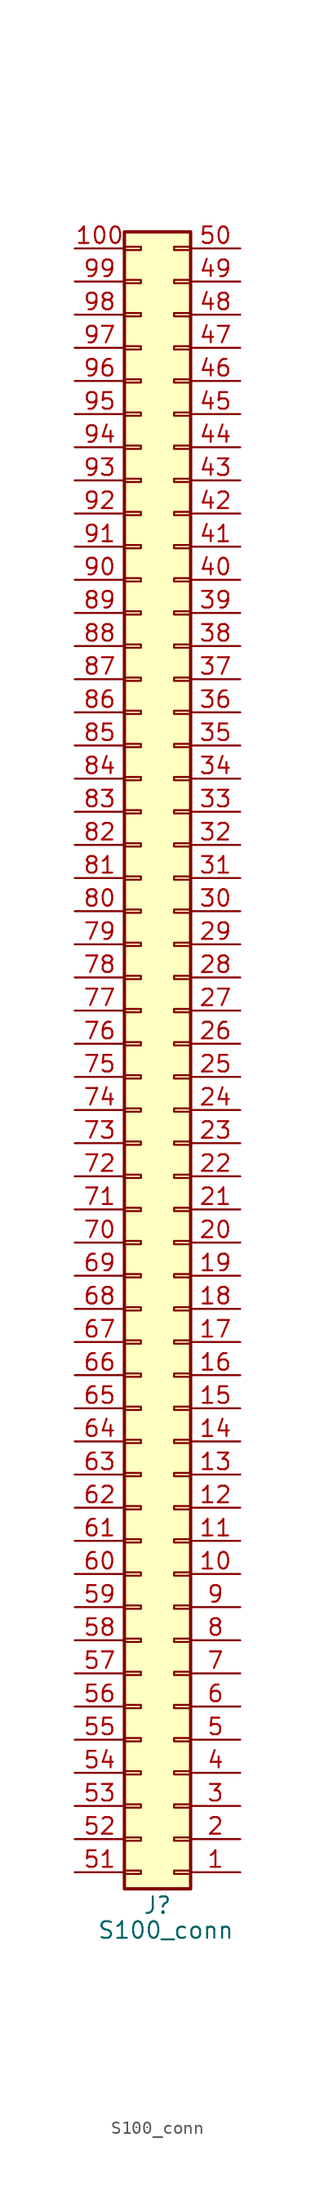
<source format=kicad_sym>
(kicad_symbol_lib
  (version 20231120)
  (generator "kicad_symbol_editor")
  (generator_version "8.0")
  (symbol "S100_conn"
    (pin_names
      (offset 1.016) hide)
    (property "Reference" "J"
      (at 0.635 -64.135 0)
      (effects (font (size 1.27 1.27))))
    (property "Value" "S100_conn"
      (at 1.27 -66.04 0)
      (effects (font (size 1.27 1.27))))
    (property "ki_locked" ""
      (at 0 0 0)
      (effects (font (size 1.27 1.27))))
    (symbol "S100_conn_1_1"
      (rectangle (start -1.905 -61.722) (end -0.635 -61.468) (stroke (width 0.152) (type default)) (fill (type none)))
      (rectangle (start -1.905 -59.182) (end -0.635 -58.928) (stroke (width 0.152) (type default)) (fill (type none)))
      (rectangle (start -1.905 -56.642) (end -0.635 -56.388) (stroke (width 0.152) (type default)) (fill (type none)))
      (rectangle (start -1.905 -54.102) (end -0.635 -53.848) (stroke (width 0.152) (type default)) (fill (type none)))
      (rectangle (start -1.905 -51.562) (end -0.635 -51.308) (stroke (width 0.152) (type default)) (fill (type none)))
      (rectangle (start -1.905 -49.022) (end -0.635 -48.768) (stroke (width 0.152) (type default)) (fill (type none)))
      (rectangle (start -1.905 -46.482) (end -0.635 -46.228) (stroke (width 0.152) (type default)) (fill (type none)))
      (rectangle (start -1.905 -43.942) (end -0.635 -43.688) (stroke (width 0.152) (type default)) (fill (type none)))
      (rectangle (start -1.905 -41.402) (end -0.635 -41.148) (stroke (width 0.152) (type default)) (fill (type none)))
      (rectangle (start -1.905 -38.862) (end -0.635 -38.608) (stroke (width 0.152) (type default)) (fill (type none)))
      (rectangle (start -1.905 -36.322) (end -0.635 -36.068) (stroke (width 0.152) (type default)) (fill (type none)))
      (rectangle (start -1.905 -33.782) (end -0.635 -33.528) (stroke (width 0.152) (type default)) (fill (type none)))
      (rectangle (start -1.905 -31.242) (end -0.635 -30.988) (stroke (width 0.152) (type default)) (fill (type none)))
      (rectangle (start -1.905 -28.702) (end -0.635 -28.448) (stroke (width 0.152) (type default)) (fill (type none)))
      (rectangle (start -1.905 -26.162) (end -0.635 -25.908) (stroke (width 0.152) (type default)) (fill (type none)))
      (rectangle (start -1.905 -23.622) (end -0.635 -23.368) (stroke (width 0.152) (type default)) (fill (type none)))
      (rectangle (start -1.905 -21.082) (end -0.635 -20.828) (stroke (width 0.152) (type default)) (fill (type none)))
      (rectangle (start -1.905 -18.542) (end -0.635 -18.288) (stroke (width 0.152) (type default)) (fill (type none)))
      (rectangle (start -1.905 -16.002) (end -0.635 -15.748) (stroke (width 0.152) (type default)) (fill (type none)))
      (rectangle (start -1.905 -13.462) (end -0.635 -13.208) (stroke (width 0.152) (type default)) (fill (type none)))
      (rectangle (start -1.905 -10.922) (end -0.635 -10.668) (stroke (width 0.152) (type default)) (fill (type none)))
      (rectangle (start -1.905 -8.382) (end -0.635 -8.128) (stroke (width 0.152) (type default)) (fill (type none)))
      (rectangle (start -1.905 -5.842) (end -0.635 -5.588) (stroke (width 0.152) (type default)) (fill (type none)))
      (rectangle (start -1.905 -3.302) (end -0.635 -3.048) (stroke (width 0.152) (type default)) (fill (type none)))
      (rectangle (start -1.905 -0.762) (end -0.635 -0.508) (stroke (width 0.152) (type default)) (fill (type none)))
      (rectangle (start -1.905 1.778) (end -0.635 2.032) (stroke (width 0.152) (type default)) (fill (type none)))
      (rectangle (start -1.905 4.318) (end -0.635 4.572) (stroke (width 0.152) (type default)) (fill (type none)))
      (rectangle (start -1.905 6.858) (end -0.635 7.112) (stroke (width 0.152) (type default)) (fill (type none)))
      (rectangle (start -1.905 9.398) (end -0.635 9.652) (stroke (width 0.152) (type default)) (fill (type none)))
      (rectangle (start -1.905 11.938) (end -0.635 12.192) (stroke (width 0.152) (type default)) (fill (type none)))
      (rectangle (start -1.905 14.478) (end -0.635 14.732) (stroke (width 0.152) (type default)) (fill (type none)))
      (rectangle (start -1.905 17.018) (end -0.635 17.272) (stroke (width 0.152) (type default)) (fill (type none)))
      (rectangle (start -1.905 19.558) (end -0.635 19.812) (stroke (width 0.152) (type default)) (fill (type none)))
      (rectangle (start -1.905 22.098) (end -0.635 22.352) (stroke (width 0.152) (type default)) (fill (type none)))
      (rectangle (start -1.905 24.638) (end -0.635 24.892) (stroke (width 0.152) (type default)) (fill (type none)))
      (rectangle (start -1.905 27.178) (end -0.635 27.432) (stroke (width 0.152) (type default)) (fill (type none)))
      (rectangle (start -1.905 29.718) (end -0.635 29.972) (stroke (width 0.152) (type default)) (fill (type none)))
      (rectangle (start -1.905 32.258) (end -0.635 32.512) (stroke (width 0.152) (type default)) (fill (type none)))
      (rectangle (start -1.905 34.798) (end -0.635 35.052) (stroke (width 0.152) (type default)) (fill (type none)))
      (rectangle (start -1.905 37.338) (end -0.635 37.592) (stroke (width 0.152) (type default)) (fill (type none)))
      (rectangle (start -1.905 39.878) (end -0.635 40.132) (stroke (width 0.152) (type default)) (fill (type none)))
      (rectangle (start -1.905 42.418) (end -0.635 42.672) (stroke (width 0.152) (type default)) (fill (type none)))
      (rectangle (start -1.905 44.958) (end -0.635 45.212) (stroke (width 0.152) (type default)) (fill (type none)))
      (rectangle (start -1.905 47.498) (end -0.635 47.752) (stroke (width 0.152) (type default)) (fill (type none)))
      (rectangle (start -1.905 50.038) (end -0.635 50.292) (stroke (width 0.152) (type default)) (fill (type none)))
      (rectangle (start -1.905 52.578) (end -0.635 52.832) (stroke (width 0.152) (type default)) (fill (type none)))
      (rectangle (start -1.905 55.118) (end -0.635 55.372) (stroke (width 0.152) (type default)) (fill (type none)))
      (rectangle (start -1.905 57.658) (end -0.635 57.912) (stroke (width 0.152) (type default)) (fill (type none)))
      (rectangle (start -1.905 60.198) (end -0.635 60.452) (stroke (width 0.152) (type default)) (fill (type none)))
      (rectangle (start -1.905 62.738) (end -0.635 62.992) (stroke (width 0.152) (type default)) (fill (type none)))
      (rectangle (start 3.175 -62.865) (end -1.905 64.135) (stroke (width 0.254) (type default)) (fill (type background)))
      (rectangle (start 3.175 -61.722) (end 1.905 -61.468) (stroke (width 0.152) (type default)) (fill (type none)))
      (rectangle (start 3.175 -59.182) (end 1.905 -58.928) (stroke (width 0.152) (type default)) (fill (type none)))
      (rectangle (start 3.175 -56.642) (end 1.905 -56.388) (stroke (width 0.152) (type default)) (fill (type none)))
      (rectangle (start 3.175 -54.102) (end 1.905 -53.848) (stroke (width 0.152) (type default)) (fill (type none)))
      (rectangle (start 3.175 -51.562) (end 1.905 -51.308) (stroke (width 0.152) (type default)) (fill (type none)))
      (rectangle (start 3.175 -49.022) (end 1.905 -48.768) (stroke (width 0.152) (type default)) (fill (type none)))
      (rectangle (start 3.175 -46.482) (end 1.905 -46.228) (stroke (width 0.152) (type default)) (fill (type none)))
      (rectangle (start 3.175 -43.942) (end 1.905 -43.688) (stroke (width 0.152) (type default)) (fill (type none)))
      (rectangle (start 3.175 -41.402) (end 1.905 -41.148) (stroke (width 0.152) (type default)) (fill (type none)))
      (rectangle (start 3.175 -38.862) (end 1.905 -38.608) (stroke (width 0.152) (type default)) (fill (type none)))
      (rectangle (start 3.175 -36.322) (end 1.905 -36.068) (stroke (width 0.152) (type default)) (fill (type none)))
      (rectangle (start 3.175 -33.782) (end 1.905 -33.528) (stroke (width 0.152) (type default)) (fill (type none)))
      (rectangle (start 3.175 -31.242) (end 1.905 -30.988) (stroke (width 0.152) (type default)) (fill (type none)))
      (rectangle (start 3.175 -28.702) (end 1.905 -28.448) (stroke (width 0.152) (type default)) (fill (type none)))
      (rectangle (start 3.175 -26.162) (end 1.905 -25.908) (stroke (width 0.152) (type default)) (fill (type none)))
      (rectangle (start 3.175 -23.622) (end 1.905 -23.368) (stroke (width 0.152) (type default)) (fill (type none)))
      (rectangle (start 3.175 -21.082) (end 1.905 -20.828) (stroke (width 0.152) (type default)) (fill (type none)))
      (rectangle (start 3.175 -18.542) (end 1.905 -18.288) (stroke (width 0.152) (type default)) (fill (type none)))
      (rectangle (start 3.175 -16.002) (end 1.905 -15.748) (stroke (width 0.152) (type default)) (fill (type none)))
      (rectangle (start 3.175 -13.462) (end 1.905 -13.208) (stroke (width 0.152) (type default)) (fill (type none)))
      (rectangle (start 3.175 -10.922) (end 1.905 -10.668) (stroke (width 0.152) (type default)) (fill (type none)))
      (rectangle (start 3.175 -8.382) (end 1.905 -8.128) (stroke (width 0.152) (type default)) (fill (type none)))
      (rectangle (start 3.175 -5.842) (end 1.905 -5.588) (stroke (width 0.152) (type default)) (fill (type none)))
      (rectangle (start 3.175 -3.302) (end 1.905 -3.048) (stroke (width 0.152) (type default)) (fill (type none)))
      (rectangle (start 3.175 -0.762) (end 1.905 -0.508) (stroke (width 0.152) (type default)) (fill (type none)))
      (rectangle (start 3.175 1.778) (end 1.905 2.032) (stroke (width 0.152) (type default)) (fill (type none)))
      (rectangle (start 3.175 4.318) (end 1.905 4.572) (stroke (width 0.152) (type default)) (fill (type none)))
      (rectangle (start 3.175 6.858) (end 1.905 7.112) (stroke (width 0.152) (type default)) (fill (type none)))
      (rectangle (start 3.175 9.398) (end 1.905 9.652) (stroke (width 0.152) (type default)) (fill (type none)))
      (rectangle (start 3.175 11.938) (end 1.905 12.192) (stroke (width 0.152) (type default)) (fill (type none)))
      (rectangle (start 3.175 14.478) (end 1.905 14.732) (stroke (width 0.152) (type default)) (fill (type none)))
      (rectangle (start 3.175 17.018) (end 1.905 17.272) (stroke (width 0.152) (type default)) (fill (type none)))
      (rectangle (start 3.175 19.558) (end 1.905 19.812) (stroke (width 0.152) (type default)) (fill (type none)))
      (rectangle (start 3.175 22.098) (end 1.905 22.352) (stroke (width 0.152) (type default)) (fill (type none)))
      (rectangle (start 3.175 24.638) (end 1.905 24.892) (stroke (width 0.152) (type default)) (fill (type none)))
      (rectangle (start 3.175 27.178) (end 1.905 27.432) (stroke (width 0.152) (type default)) (fill (type none)))
      (rectangle (start 3.175 29.718) (end 1.905 29.972) (stroke (width 0.152) (type default)) (fill (type none)))
      (rectangle (start 3.175 32.258) (end 1.905 32.512) (stroke (width 0.152) (type default)) (fill (type none)))
      (rectangle (start 3.175 34.798) (end 1.905 35.052) (stroke (width 0.152) (type default)) (fill (type none)))
      (rectangle (start 3.175 37.338) (end 1.905 37.592) (stroke (width 0.152) (type default)) (fill (type none)))
      (rectangle (start 3.175 39.878) (end 1.905 40.132) (stroke (width 0.152) (type default)) (fill (type none)))
      (rectangle (start 3.175 42.418) (end 1.905 42.672) (stroke (width 0.152) (type default)) (fill (type none)))
      (rectangle (start 3.175 44.958) (end 1.905 45.212) (stroke (width 0.152) (type default)) (fill (type none)))
      (rectangle (start 3.175 47.498) (end 1.905 47.752) (stroke (width 0.152) (type default)) (fill (type none)))
      (rectangle (start 3.175 50.038) (end 1.905 50.292) (stroke (width 0.152) (type default)) (fill (type none)))
      (rectangle (start 3.175 52.578) (end 1.905 52.832) (stroke (width 0.152) (type default)) (fill (type none)))
      (rectangle (start 3.175 55.118) (end 1.905 55.372) (stroke (width 0.152) (type default)) (fill (type none)))
      (rectangle (start 3.175 57.658) (end 1.905 57.912) (stroke (width 0.152) (type default)) (fill (type none)))
      (rectangle (start 3.175 60.198) (end 1.905 60.452) (stroke (width 0.152) (type default)) (fill (type none)))
      (rectangle (start 3.175 62.738) (end 1.905 62.992) (stroke (width 0.152) (type default)) (fill (type none)))
      (pin passive line (at 6.985 -61.595 180) (length 3.81) (name "1" (effects (font (size 1.27 1.27)))) (number "1" (effects (font (size 1.27 1.27)))))
      (pin passive line (at 6.985 -38.735 180) (length 3.81) (name "10" (effects (font (size 1.27 1.27)))) (number "10" (effects (font (size 1.27 1.27)))))
      (pin passive line (at -5.715 62.865 0) (length 3.81) (name "100" (effects (font (size 1.27 1.27)))) (number "100" (effects (font (size 1.27 1.27)))))
      (pin passive line (at 6.985 -36.195 180) (length 3.81) (name "11" (effects (font (size 1.27 1.27)))) (number "11" (effects (font (size 1.27 1.27)))))
      (pin passive line (at 6.985 -33.655 180) (length 3.81) (name "12" (effects (font (size 1.27 1.27)))) (number "12" (effects (font (size 1.27 1.27)))))
      (pin passive line (at 6.985 -31.115 180) (length 3.81) (name "13" (effects (font (size 1.27 1.27)))) (number "13" (effects (font (size 1.27 1.27)))))
      (pin passive line (at 6.985 -28.575 180) (length 3.81) (name "14" (effects (font (size 1.27 1.27)))) (number "14" (effects (font (size 1.27 1.27)))))
      (pin passive line (at 6.985 -26.035 180) (length 3.81) (name "15" (effects (font (size 1.27 1.27)))) (number "15" (effects (font (size 1.27 1.27)))))
      (pin passive line (at 6.985 -23.495 180) (length 3.81) (name "16" (effects (font (size 1.27 1.27)))) (number "16" (effects (font (size 1.27 1.27)))))
      (pin passive line (at 6.985 -20.955 180) (length 3.81) (name "17" (effects (font (size 1.27 1.27)))) (number "17" (effects (font (size 1.27 1.27)))))
      (pin passive line (at 6.985 -18.415 180) (length 3.81) (name "18" (effects (font (size 1.27 1.27)))) (number "18" (effects (font (size 1.27 1.27)))))
      (pin passive line (at 6.985 -15.875 180) (length 3.81) (name "19" (effects (font (size 1.27 1.27)))) (number "19" (effects (font (size 1.27 1.27)))))
      (pin passive line (at 6.985 -59.055 180) (length 3.81) (name "2" (effects (font (size 1.27 1.27)))) (number "2" (effects (font (size 1.27 1.27)))))
      (pin passive line (at 6.985 -13.335 180) (length 3.81) (name "20" (effects (font (size 1.27 1.27)))) (number "20" (effects (font (size 1.27 1.27)))))
      (pin passive line (at 6.985 -10.795 180) (length 3.81) (name "21" (effects (font (size 1.27 1.27)))) (number "21" (effects (font (size 1.27 1.27)))))
      (pin passive line (at 6.985 -8.255 180) (length 3.81) (name "22" (effects (font (size 1.27 1.27)))) (number "22" (effects (font (size 1.27 1.27)))))
      (pin passive line (at 6.985 -5.715 180) (length 3.81) (name "23" (effects (font (size 1.27 1.27)))) (number "23" (effects (font (size 1.27 1.27)))))
      (pin passive line (at 6.985 -3.175 180) (length 3.81) (name "24" (effects (font (size 1.27 1.27)))) (number "24" (effects (font (size 1.27 1.27)))))
      (pin passive line (at 6.985 -0.635 180) (length 3.81) (name "25" (effects (font (size 1.27 1.27)))) (number "25" (effects (font (size 1.27 1.27)))))
      (pin passive line (at 6.985 1.905 180) (length 3.81) (name "26" (effects (font (size 1.27 1.27)))) (number "26" (effects (font (size 1.27 1.27)))))
      (pin passive line (at 6.985 4.445 180) (length 3.81) (name "27" (effects (font (size 1.27 1.27)))) (number "27" (effects (font (size 1.27 1.27)))))
      (pin passive line (at 6.985 6.985 180) (length 3.81) (name "28" (effects (font (size 1.27 1.27)))) (number "28" (effects (font (size 1.27 1.27)))))
      (pin passive line (at 6.985 9.525 180) (length 3.81) (name "29" (effects (font (size 1.27 1.27)))) (number "29" (effects (font (size 1.27 1.27)))))
      (pin passive line (at 6.985 -56.515 180) (length 3.81) (name "3" (effects (font (size 1.27 1.27)))) (number "3" (effects (font (size 1.27 1.27)))))
      (pin passive line (at 6.985 12.065 180) (length 3.81) (name "30" (effects (font (size 1.27 1.27)))) (number "30" (effects (font (size 1.27 1.27)))))
      (pin passive line (at 6.985 14.605 180) (length 3.81) (name "31" (effects (font (size 1.27 1.27)))) (number "31" (effects (font (size 1.27 1.27)))))
      (pin passive line (at 6.985 17.145 180) (length 3.81) (name "32" (effects (font (size 1.27 1.27)))) (number "32" (effects (font (size 1.27 1.27)))))
      (pin passive line (at 6.985 19.685 180) (length 3.81) (name "33" (effects (font (size 1.27 1.27)))) (number "33" (effects (font (size 1.27 1.27)))))
      (pin passive line (at 6.985 22.225 180) (length 3.81) (name "34" (effects (font (size 1.27 1.27)))) (number "34" (effects (font (size 1.27 1.27)))))
      (pin passive line (at 6.985 24.765 180) (length 3.81) (name "35" (effects (font (size 1.27 1.27)))) (number "35" (effects (font (size 1.27 1.27)))))
      (pin passive line (at 6.985 27.305 180) (length 3.81) (name "36" (effects (font (size 1.27 1.27)))) (number "36" (effects (font (size 1.27 1.27)))))
      (pin passive line (at 6.985 29.845 180) (length 3.81) (name "37" (effects (font (size 1.27 1.27)))) (number "37" (effects (font (size 1.27 1.27)))))
      (pin passive line (at 6.985 32.385 180) (length 3.81) (name "38" (effects (font (size 1.27 1.27)))) (number "38" (effects (font (size 1.27 1.27)))))
      (pin passive line (at 6.985 34.925 180) (length 3.81) (name "39" (effects (font (size 1.27 1.27)))) (number "39" (effects (font (size 1.27 1.27)))))
      (pin passive line (at 6.985 -53.975 180) (length 3.81) (name "4" (effects (font (size 1.27 1.27)))) (number "4" (effects (font (size 1.27 1.27)))))
      (pin passive line (at 6.985 37.465 180) (length 3.81) (name "40" (effects (font (size 1.27 1.27)))) (number "40" (effects (font (size 1.27 1.27)))))
      (pin passive line (at 6.985 40.005 180) (length 3.81) (name "41" (effects (font (size 1.27 1.27)))) (number "41" (effects (font (size 1.27 1.27)))))
      (pin passive line (at 6.985 42.545 180) (length 3.81) (name "42" (effects (font (size 1.27 1.27)))) (number "42" (effects (font (size 1.27 1.27)))))
      (pin passive line (at 6.985 45.085 180) (length 3.81) (name "43" (effects (font (size 1.27 1.27)))) (number "43" (effects (font (size 1.27 1.27)))))
      (pin passive line (at 6.985 47.625 180) (length 3.81) (name "44" (effects (font (size 1.27 1.27)))) (number "44" (effects (font (size 1.27 1.27)))))
      (pin passive line (at 6.985 50.165 180) (length 3.81) (name "45" (effects (font (size 1.27 1.27)))) (number "45" (effects (font (size 1.27 1.27)))))
      (pin passive line (at 6.985 52.705 180) (length 3.81) (name "46" (effects (font (size 1.27 1.27)))) (number "46" (effects (font (size 1.27 1.27)))))
      (pin passive line (at 6.985 55.245 180) (length 3.81) (name "47" (effects (font (size 1.27 1.27)))) (number "47" (effects (font (size 1.27 1.27)))))
      (pin passive line (at 6.985 57.785 180) (length 3.81) (name "48" (effects (font (size 1.27 1.27)))) (number "48" (effects (font (size 1.27 1.27)))))
      (pin passive line (at 6.985 60.325 180) (length 3.81) (name "49" (effects (font (size 1.27 1.27)))) (number "49" (effects (font (size 1.27 1.27)))))
      (pin passive line (at 6.985 -51.435 180) (length 3.81) (name "5" (effects (font (size 1.27 1.27)))) (number "5" (effects (font (size 1.27 1.27)))))
      (pin passive line (at 6.985 62.865 180) (length 3.81) (name "50" (effects (font (size 1.27 1.27)))) (number "50" (effects (font (size 1.27 1.27)))))
      (pin passive line (at -5.715 -61.595 0) (length 3.81) (name "51" (effects (font (size 1.27 1.27)))) (number "51" (effects (font (size 1.27 1.27)))))
      (pin passive line (at -5.715 -59.055 0) (length 3.81) (name "52" (effects (font (size 1.27 1.27)))) (number "52" (effects (font (size 1.27 1.27)))))
      (pin passive line (at -5.715 -56.515 0) (length 3.81) (name "53" (effects (font (size 1.27 1.27)))) (number "53" (effects (font (size 1.27 1.27)))))
      (pin passive line (at -5.715 -53.975 0) (length 3.81) (name "54" (effects (font (size 1.27 1.27)))) (number "54" (effects (font (size 1.27 1.27)))))
      (pin passive line (at -5.715 -51.435 0) (length 3.81) (name "55" (effects (font (size 1.27 1.27)))) (number "55" (effects (font (size 1.27 1.27)))))
      (pin passive line (at -5.715 -48.895 0) (length 3.81) (name "56" (effects (font (size 1.27 1.27)))) (number "56" (effects (font (size 1.27 1.27)))))
      (pin passive line (at -5.715 -46.355 0) (length 3.81) (name "57" (effects (font (size 1.27 1.27)))) (number "57" (effects (font (size 1.27 1.27)))))
      (pin passive line (at -5.715 -43.815 0) (length 3.81) (name "58" (effects (font (size 1.27 1.27)))) (number "58" (effects (font (size 1.27 1.27)))))
      (pin passive line (at -5.715 -41.275 0) (length 3.81) (name "59" (effects (font (size 1.27 1.27)))) (number "59" (effects (font (size 1.27 1.27)))))
      (pin passive line (at 6.985 -48.895 180) (length 3.81) (name "6" (effects (font (size 1.27 1.27)))) (number "6" (effects (font (size 1.27 1.27)))))
      (pin passive line (at -5.715 -38.735 0) (length 3.81) (name "60" (effects (font (size 1.27 1.27)))) (number "60" (effects (font (size 1.27 1.27)))))
      (pin passive line (at -5.715 -36.195 0) (length 3.81) (name "61" (effects (font (size 1.27 1.27)))) (number "61" (effects (font (size 1.27 1.27)))))
      (pin passive line (at -5.715 -33.655 0) (length 3.81) (name "62" (effects (font (size 1.27 1.27)))) (number "62" (effects (font (size 1.27 1.27)))))
      (pin passive line (at -5.715 -31.115 0) (length 3.81) (name "63" (effects (font (size 1.27 1.27)))) (number "63" (effects (font (size 1.27 1.27)))))
      (pin passive line (at -5.715 -28.575 0) (length 3.81) (name "64" (effects (font (size 1.27 1.27)))) (number "64" (effects (font (size 1.27 1.27)))))
      (pin passive line (at -5.715 -26.035 0) (length 3.81) (name "65" (effects (font (size 1.27 1.27)))) (number "65" (effects (font (size 1.27 1.27)))))
      (pin passive line (at -5.715 -23.495 0) (length 3.81) (name "66" (effects (font (size 1.27 1.27)))) (number "66" (effects (font (size 1.27 1.27)))))
      (pin passive line (at -5.715 -20.955 0) (length 3.81) (name "67" (effects (font (size 1.27 1.27)))) (number "67" (effects (font (size 1.27 1.27)))))
      (pin passive line (at -5.715 -18.415 0) (length 3.81) (name "68" (effects (font (size 1.27 1.27)))) (number "68" (effects (font (size 1.27 1.27)))))
      (pin passive line (at -5.715 -15.875 0) (length 3.81) (name "69" (effects (font (size 1.27 1.27)))) (number "69" (effects (font (size 1.27 1.27)))))
      (pin passive line (at 6.985 -46.355 180) (length 3.81) (name "7" (effects (font (size 1.27 1.27)))) (number "7" (effects (font (size 1.27 1.27)))))
      (pin passive line (at -5.715 -13.335 0) (length 3.81) (name "70" (effects (font (size 1.27 1.27)))) (number "70" (effects (font (size 1.27 1.27)))))
      (pin passive line (at -5.715 -10.795 0) (length 3.81) (name "71" (effects (font (size 1.27 1.27)))) (number "71" (effects (font (size 1.27 1.27)))))
      (pin passive line (at -5.715 -8.255 0) (length 3.81) (name "72" (effects (font (size 1.27 1.27)))) (number "72" (effects (font (size 1.27 1.27)))))
      (pin passive line (at -5.715 -5.715 0) (length 3.81) (name "73" (effects (font (size 1.27 1.27)))) (number "73" (effects (font (size 1.27 1.27)))))
      (pin passive line (at -5.715 -3.175 0) (length 3.81) (name "74" (effects (font (size 1.27 1.27)))) (number "74" (effects (font (size 1.27 1.27)))))
      (pin passive line (at -5.715 -0.635 0) (length 3.81) (name "75" (effects (font (size 1.27 1.27)))) (number "75" (effects (font (size 1.27 1.27)))))
      (pin passive line (at -5.715 1.905 0) (length 3.81) (name "76" (effects (font (size 1.27 1.27)))) (number "76" (effects (font (size 1.27 1.27)))))
      (pin passive line (at -5.715 4.445 0) (length 3.81) (name "77" (effects (font (size 1.27 1.27)))) (number "77" (effects (font (size 1.27 1.27)))))
      (pin passive line (at -5.715 6.985 0) (length 3.81) (name "78" (effects (font (size 1.27 1.27)))) (number "78" (effects (font (size 1.27 1.27)))))
      (pin passive line (at -5.715 9.525 0) (length 3.81) (name "79" (effects (font (size 1.27 1.27)))) (number "79" (effects (font (size 1.27 1.27)))))
      (pin passive line (at 6.985 -43.815 180) (length 3.81) (name "8" (effects (font (size 1.27 1.27)))) (number "8" (effects (font (size 1.27 1.27)))))
      (pin passive line (at -5.715 12.065 0) (length 3.81) (name "80" (effects (font (size 1.27 1.27)))) (number "80" (effects (font (size 1.27 1.27)))))
      (pin passive line (at -5.715 14.605 0) (length 3.81) (name "81" (effects (font (size 1.27 1.27)))) (number "81" (effects (font (size 1.27 1.27)))))
      (pin passive line (at -5.715 17.145 0) (length 3.81) (name "82" (effects (font (size 1.27 1.27)))) (number "82" (effects (font (size 1.27 1.27)))))
      (pin passive line (at -5.715 19.685 0) (length 3.81) (name "83" (effects (font (size 1.27 1.27)))) (number "83" (effects (font (size 1.27 1.27)))))
      (pin passive line (at -5.715 22.225 0) (length 3.81) (name "84" (effects (font (size 1.27 1.27)))) (number "84" (effects (font (size 1.27 1.27)))))
      (pin passive line (at -5.715 24.765 0) (length 3.81) (name "85" (effects (font (size 1.27 1.27)))) (number "85" (effects (font (size 1.27 1.27)))))
      (pin passive line (at -5.715 27.305 0) (length 3.81) (name "86" (effects (font (size 1.27 1.27)))) (number "86" (effects (font (size 1.27 1.27)))))
      (pin passive line (at -5.715 29.845 0) (length 3.81) (name "87" (effects (font (size 1.27 1.27)))) (number "87" (effects (font (size 1.27 1.27)))))
      (pin passive line (at -5.715 32.385 0) (length 3.81) (name "88" (effects (font (size 1.27 1.27)))) (number "88" (effects (font (size 1.27 1.27)))))
      (pin passive line (at -5.715 34.925 0) (length 3.81) (name "89" (effects (font (size 1.27 1.27)))) (number "89" (effects (font (size 1.27 1.27)))))
      (pin passive line (at 6.985 -41.275 180) (length 3.81) (name "9" (effects (font (size 1.27 1.27)))) (number "9" (effects (font (size 1.27 1.27)))))
      (pin passive line (at -5.715 37.465 0) (length 3.81) (name "90" (effects (font (size 1.27 1.27)))) (number "90" (effects (font (size 1.27 1.27)))))
      (pin passive line (at -5.715 40.005 0) (length 3.81) (name "91" (effects (font (size 1.27 1.27)))) (number "91" (effects (font (size 1.27 1.27)))))
      (pin passive line (at -5.715 42.545 0) (length 3.81) (name "92" (effects (font (size 1.27 1.27)))) (number "92" (effects (font (size 1.27 1.27)))))
      (pin passive line (at -5.715 45.085 0) (length 3.81) (name "93" (effects (font (size 1.27 1.27)))) (number "93" (effects (font (size 1.27 1.27)))))
      (pin passive line (at -5.715 47.625 0) (length 3.81) (name "94" (effects (font (size 1.27 1.27)))) (number "94" (effects (font (size 1.27 1.27)))))
      (pin passive line (at -5.715 50.165 0) (length 3.81) (name "95" (effects (font (size 1.27 1.27)))) (number "95" (effects (font (size 1.27 1.27)))))
      (pin passive line (at -5.715 52.705 0) (length 3.81) (name "96" (effects (font (size 1.27 1.27)))) (number "96" (effects (font (size 1.27 1.27)))))
      (pin passive line (at -5.715 55.245 0) (length 3.81) (name "97" (effects (font (size 1.27 1.27)))) (number "97" (effects (font (size 1.27 1.27)))))
      (pin passive line (at -5.715 57.785 0) (length 3.81) (name "98" (effects (font (size 1.27 1.27)))) (number "98" (effects (font (size 1.27 1.27)))))
      (pin passive line (at -5.715 60.325 0) (length 3.81) (name "99" (effects (font (size 1.27 1.27)))) (number "99" (effects (font (size 1.27 1.27))))))))
</source>
